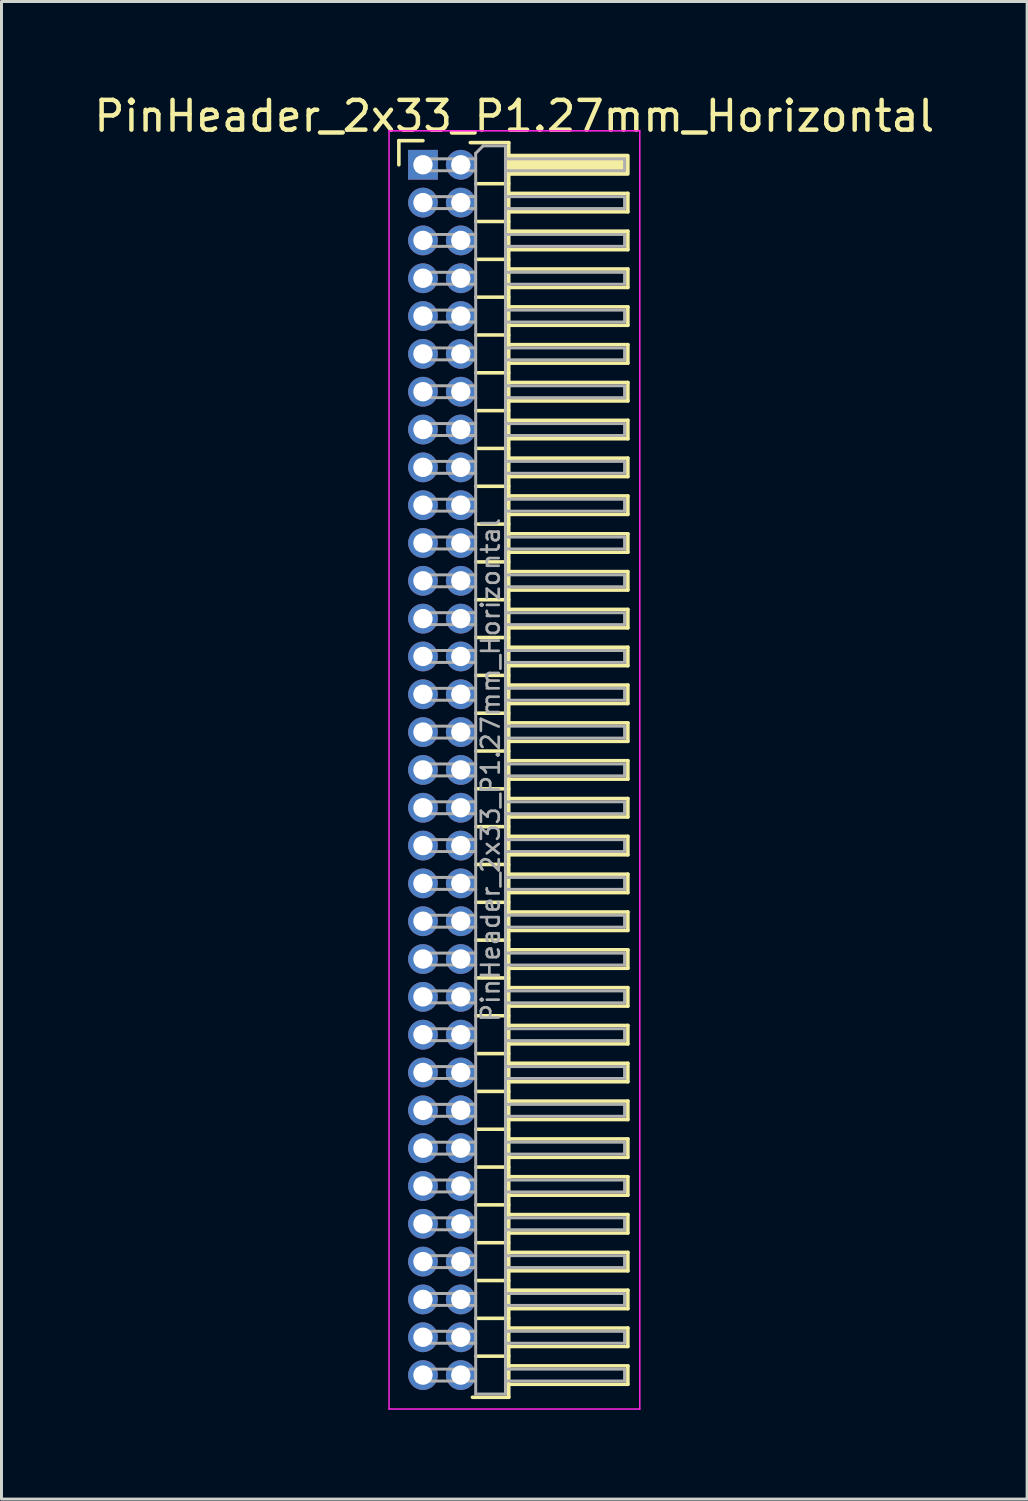
<source format=kicad_pcb>
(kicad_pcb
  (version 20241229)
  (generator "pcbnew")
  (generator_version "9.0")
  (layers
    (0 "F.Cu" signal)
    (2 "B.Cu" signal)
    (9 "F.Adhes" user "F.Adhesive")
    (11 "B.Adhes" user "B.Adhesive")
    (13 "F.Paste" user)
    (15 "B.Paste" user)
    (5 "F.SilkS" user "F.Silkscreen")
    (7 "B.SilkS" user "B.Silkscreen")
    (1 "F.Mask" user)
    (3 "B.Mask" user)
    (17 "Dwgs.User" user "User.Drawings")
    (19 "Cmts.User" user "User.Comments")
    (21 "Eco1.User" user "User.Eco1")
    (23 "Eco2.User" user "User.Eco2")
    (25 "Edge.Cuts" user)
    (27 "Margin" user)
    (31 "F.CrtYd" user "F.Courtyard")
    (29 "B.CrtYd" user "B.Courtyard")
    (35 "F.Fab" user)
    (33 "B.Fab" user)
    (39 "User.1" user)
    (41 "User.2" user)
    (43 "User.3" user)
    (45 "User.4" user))
  (footprint "PinHeader_2x33_P1.27mm_Horizontal"
    (layer "F.Cu")
    (at 11.153 2.483)
    (property "Reference" "PinHeader_2x33_P1.27mm_Horizontal" (at 3.067 -1.635 0) (layer "F.SilkS") (effects (font (size 1 1) (thickness 0.15))))
    (attr through_hole)
    (fp_line (start -0.81 -0.81) (end 0 -0.81) (stroke (width 0.12) (type solid)) (layer "F.SilkS"))
    (fp_line (start -0.81 0) (end -0.81 -0.81) (stroke (width 0.12) (type solid)) (layer "F.SilkS"))
    (fp_line (start 1.588 -0.745) (end 2.88 -0.745) (stroke (width 0.12) (type solid)) (layer "F.SilkS"))
    (fp_line (start 1.773 0.635) (end 2.88 0.635) (stroke (width 0.12) (type solid)) (layer "F.SilkS"))
    (fp_line (start 1.773 1.905) (end 2.88 1.905) (stroke (width 0.12) (type solid)) (layer "F.SilkS"))
    (fp_line (start 1.773 3.175) (end 2.88 3.175) (stroke (width 0.12) (type solid)) (layer "F.SilkS"))
    (fp_line (start 1.773 4.445) (end 2.88 4.445) (stroke (width 0.12) (type solid)) (layer "F.SilkS"))
    (fp_line (start 1.773 5.715) (end 2.88 5.715) (stroke (width 0.12) (type solid)) (layer "F.SilkS"))
    (fp_line (start 1.773 6.985) (end 2.88 6.985) (stroke (width 0.12) (type solid)) (layer "F.SilkS"))
    (fp_line (start 1.773 8.255) (end 2.88 8.255) (stroke (width 0.12) (type solid)) (layer "F.SilkS"))
    (fp_line (start 1.773 9.525) (end 2.88 9.525) (stroke (width 0.12) (type solid)) (layer "F.SilkS"))
    (fp_line (start 1.773 10.795) (end 2.88 10.795) (stroke (width 0.12) (type solid)) (layer "F.SilkS"))
    (fp_line (start 1.773 12.065) (end 2.88 12.065) (stroke (width 0.12) (type solid)) (layer "F.SilkS"))
    (fp_line (start 1.773 13.335) (end 2.88 13.335) (stroke (width 0.12) (type solid)) (layer "F.SilkS"))
    (fp_line (start 1.773 14.605) (end 2.88 14.605) (stroke (width 0.12) (type solid)) (layer "F.SilkS"))
    (fp_line (start 1.773 15.875) (end 2.88 15.875) (stroke (width 0.12) (type solid)) (layer "F.SilkS"))
    (fp_line (start 1.773 17.145) (end 2.88 17.145) (stroke (width 0.12) (type solid)) (layer "F.SilkS"))
    (fp_line (start 1.773 18.415) (end 2.88 18.415) (stroke (width 0.12) (type solid)) (layer "F.SilkS"))
    (fp_line (start 1.773 19.685) (end 2.88 19.685) (stroke (width 0.12) (type solid)) (layer "F.SilkS"))
    (fp_line (start 1.773 20.955) (end 2.88 20.955) (stroke (width 0.12) (type solid)) (layer "F.SilkS"))
    (fp_line (start 1.773 22.225) (end 2.88 22.225) (stroke (width 0.12) (type solid)) (layer "F.SilkS"))
    (fp_line (start 1.773 23.495) (end 2.88 23.495) (stroke (width 0.12) (type solid)) (layer "F.SilkS"))
    (fp_line (start 1.773 24.765) (end 2.88 24.765) (stroke (width 0.12) (type solid)) (layer "F.SilkS"))
    (fp_line (start 1.773 26.035) (end 2.88 26.035) (stroke (width 0.12) (type solid)) (layer "F.SilkS"))
    (fp_line (start 1.773 27.305) (end 2.88 27.305) (stroke (width 0.12) (type solid)) (layer "F.SilkS"))
    (fp_line (start 1.773 28.575) (end 2.88 28.575) (stroke (width 0.12) (type solid)) (layer "F.SilkS"))
    (fp_line (start 1.773 29.845) (end 2.88 29.845) (stroke (width 0.12) (type solid)) (layer "F.SilkS"))
    (fp_line (start 1.773 31.115) (end 2.88 31.115) (stroke (width 0.12) (type solid)) (layer "F.SilkS"))
    (fp_line (start 1.773 32.385) (end 2.88 32.385) (stroke (width 0.12) (type solid)) (layer "F.SilkS"))
    (fp_line (start 1.773 33.655) (end 2.88 33.655) (stroke (width 0.12) (type solid)) (layer "F.SilkS"))
    (fp_line (start 1.773 34.925) (end 2.88 34.925) (stroke (width 0.12) (type solid)) (layer "F.SilkS"))
    (fp_line (start 1.773 36.195) (end 2.88 36.195) (stroke (width 0.12) (type solid)) (layer "F.SilkS"))
    (fp_line (start 1.773 37.465) (end 2.88 37.465) (stroke (width 0.12) (type solid)) (layer "F.SilkS"))
    (fp_line (start 1.773 38.735) (end 2.88 38.735) (stroke (width 0.12) (type solid)) (layer "F.SilkS"))
    (fp_line (start 1.773 40.005) (end 2.88 40.005) (stroke (width 0.12) (type solid)) (layer "F.SilkS"))
    (fp_line (start 2.88 -0.745) (end 2.88 41.385) (stroke (width 0.12) (type solid)) (layer "F.SilkS"))
    (fp_line (start 2.88 0.96) (end 6.88 0.96) (stroke (width 0.12) (type solid)) (layer "F.SilkS"))
    (fp_line (start 2.88 2.23) (end 6.88 2.23) (stroke (width 0.12) (type solid)) (layer "F.SilkS"))
    (fp_line (start 2.88 3.5) (end 6.88 3.5) (stroke (width 0.12) (type solid)) (layer "F.SilkS"))
    (fp_line (start 2.88 4.77) (end 6.88 4.77) (stroke (width 0.12) (type solid)) (layer "F.SilkS"))
    (fp_line (start 2.88 6.04) (end 6.88 6.04) (stroke (width 0.12) (type solid)) (layer "F.SilkS"))
    (fp_line (start 2.88 7.31) (end 6.88 7.31) (stroke (width 0.12) (type solid)) (layer "F.SilkS"))
    (fp_line (start 2.88 8.58) (end 6.88 8.58) (stroke (width 0.12) (type solid)) (layer "F.SilkS"))
    (fp_line (start 2.88 9.85) (end 6.88 9.85) (stroke (width 0.12) (type solid)) (layer "F.SilkS"))
    (fp_line (start 2.88 11.12) (end 6.88 11.12) (stroke (width 0.12) (type solid)) (layer "F.SilkS"))
    (fp_line (start 2.88 12.39) (end 6.88 12.39) (stroke (width 0.12) (type solid)) (layer "F.SilkS"))
    (fp_line (start 2.88 13.66) (end 6.88 13.66) (stroke (width 0.12) (type solid)) (layer "F.SilkS"))
    (fp_line (start 2.88 14.93) (end 6.88 14.93) (stroke (width 0.12) (type solid)) (layer "F.SilkS"))
    (fp_line (start 2.88 16.2) (end 6.88 16.2) (stroke (width 0.12) (type solid)) (layer "F.SilkS"))
    (fp_line (start 2.88 17.47) (end 6.88 17.47) (stroke (width 0.12) (type solid)) (layer "F.SilkS"))
    (fp_line (start 2.88 18.74) (end 6.88 18.74) (stroke (width 0.12) (type solid)) (layer "F.SilkS"))
    (fp_line (start 2.88 20.01) (end 6.88 20.01) (stroke (width 0.12) (type solid)) (layer "F.SilkS"))
    (fp_line (start 2.88 21.28) (end 6.88 21.28) (stroke (width 0.12) (type solid)) (layer "F.SilkS"))
    (fp_line (start 2.88 22.55) (end 6.88 22.55) (stroke (width 0.12) (type solid)) (layer "F.SilkS"))
    (fp_line (start 2.88 23.82) (end 6.88 23.82) (stroke (width 0.12) (type solid)) (layer "F.SilkS"))
    (fp_line (start 2.88 25.09) (end 6.88 25.09) (stroke (width 0.12) (type solid)) (layer "F.SilkS"))
    (fp_line (start 2.88 26.36) (end 6.88 26.36) (stroke (width 0.12) (type solid)) (layer "F.SilkS"))
    (fp_line (start 2.88 27.63) (end 6.88 27.63) (stroke (width 0.12) (type solid)) (layer "F.SilkS"))
    (fp_line (start 2.88 28.9) (end 6.88 28.9) (stroke (width 0.12) (type solid)) (layer "F.SilkS"))
    (fp_line (start 2.88 30.17) (end 6.88 30.17) (stroke (width 0.12) (type solid)) (layer "F.SilkS"))
    (fp_line (start 2.88 31.44) (end 6.88 31.44) (stroke (width 0.12) (type solid)) (layer "F.SilkS"))
    (fp_line (start 2.88 32.71) (end 6.88 32.71) (stroke (width 0.12) (type solid)) (layer "F.SilkS"))
    (fp_line (start 2.88 33.98) (end 6.88 33.98) (stroke (width 0.12) (type solid)) (layer "F.SilkS"))
    (fp_line (start 2.88 35.25) (end 6.88 35.25) (stroke (width 0.12) (type solid)) (layer "F.SilkS"))
    (fp_line (start 2.88 36.52) (end 6.88 36.52) (stroke (width 0.12) (type solid)) (layer "F.SilkS"))
    (fp_line (start 2.88 37.79) (end 6.88 37.79) (stroke (width 0.12) (type solid)) (layer "F.SilkS"))
    (fp_line (start 2.88 39.06) (end 6.88 39.06) (stroke (width 0.12) (type solid)) (layer "F.SilkS"))
    (fp_line (start 2.88 40.33) (end 6.88 40.33) (stroke (width 0.12) (type solid)) (layer "F.SilkS"))
    (fp_line (start 2.88 41.385) (end 1.66 41.385) (stroke (width 0.12) (type solid)) (layer "F.SilkS"))
    (fp_line (start 6.88 0.96) (end 6.88 1.58) (stroke (width 0.12) (type solid)) (layer "F.SilkS"))
    (fp_line (start 6.88 1.58) (end 2.88 1.58) (stroke (width 0.12) (type solid)) (layer "F.SilkS"))
    (fp_line (start 6.88 2.23) (end 6.88 2.85) (stroke (width 0.12) (type solid)) (layer "F.SilkS"))
    (fp_line (start 6.88 2.85) (end 2.88 2.85) (stroke (width 0.12) (type solid)) (layer "F.SilkS"))
    (fp_line (start 6.88 3.5) (end 6.88 4.12) (stroke (width 0.12) (type solid)) (layer "F.SilkS"))
    (fp_line (start 6.88 4.12) (end 2.88 4.12) (stroke (width 0.12) (type solid)) (layer "F.SilkS"))
    (fp_line (start 6.88 4.77) (end 6.88 5.39) (stroke (width 0.12) (type solid)) (layer "F.SilkS"))
    (fp_line (start 6.88 5.39) (end 2.88 5.39) (stroke (width 0.12) (type solid)) (layer "F.SilkS"))
    (fp_line (start 6.88 6.04) (end 6.88 6.66) (stroke (width 0.12) (type solid)) (layer "F.SilkS"))
    (fp_line (start 6.88 6.66) (end 2.88 6.66) (stroke (width 0.12) (type solid)) (layer "F.SilkS"))
    (fp_line (start 6.88 7.31) (end 6.88 7.93) (stroke (width 0.12) (type solid)) (layer "F.SilkS"))
    (fp_line (start 6.88 7.93) (end 2.88 7.93) (stroke (width 0.12) (type solid)) (layer "F.SilkS"))
    (fp_line (start 6.88 8.58) (end 6.88 9.2) (stroke (width 0.12) (type solid)) (layer "F.SilkS"))
    (fp_line (start 6.88 9.2) (end 2.88 9.2) (stroke (width 0.12) (type solid)) (layer "F.SilkS"))
    (fp_line (start 6.88 9.85) (end 6.88 10.47) (stroke (width 0.12) (type solid)) (layer "F.SilkS"))
    (fp_line (start 6.88 10.47) (end 2.88 10.47) (stroke (width 0.12) (type solid)) (layer "F.SilkS"))
    (fp_line (start 6.88 11.12) (end 6.88 11.74) (stroke (width 0.12) (type solid)) (layer "F.SilkS"))
    (fp_line (start 6.88 11.74) (end 2.88 11.74) (stroke (width 0.12) (type solid)) (layer "F.SilkS"))
    (fp_line (start 6.88 12.39) (end 6.88 13.01) (stroke (width 0.12) (type solid)) (layer "F.SilkS"))
    (fp_line (start 6.88 13.01) (end 2.88 13.01) (stroke (width 0.12) (type solid)) (layer "F.SilkS"))
    (fp_line (start 6.88 13.66) (end 6.88 14.28) (stroke (width 0.12) (type solid)) (layer "F.SilkS"))
    (fp_line (start 6.88 14.28) (end 2.88 14.28) (stroke (width 0.12) (type solid)) (layer "F.SilkS"))
    (fp_line (start 6.88 14.93) (end 6.88 15.55) (stroke (width 0.12) (type solid)) (layer "F.SilkS"))
    (fp_line (start 6.88 15.55) (end 2.88 15.55) (stroke (width 0.12) (type solid)) (layer "F.SilkS"))
    (fp_line (start 6.88 16.2) (end 6.88 16.82) (stroke (width 0.12) (type solid)) (layer "F.SilkS"))
    (fp_line (start 6.88 16.82) (end 2.88 16.82) (stroke (width 0.12) (type solid)) (layer "F.SilkS"))
    (fp_line (start 6.88 17.47) (end 6.88 18.09) (stroke (width 0.12) (type solid)) (layer "F.SilkS"))
    (fp_line (start 6.88 18.09) (end 2.88 18.09) (stroke (width 0.12) (type solid)) (layer "F.SilkS"))
    (fp_line (start 6.88 18.74) (end 6.88 19.36) (stroke (width 0.12) (type solid)) (layer "F.SilkS"))
    (fp_line (start 6.88 19.36) (end 2.88 19.36) (stroke (width 0.12) (type solid)) (layer "F.SilkS"))
    (fp_line (start 6.88 20.01) (end 6.88 20.63) (stroke (width 0.12) (type solid)) (layer "F.SilkS"))
    (fp_line (start 6.88 20.63) (end 2.88 20.63) (stroke (width 0.12) (type solid)) (layer "F.SilkS"))
    (fp_line (start 6.88 21.28) (end 6.88 21.9) (stroke (width 0.12) (type solid)) (layer "F.SilkS"))
    (fp_line (start 6.88 21.9) (end 2.88 21.9) (stroke (width 0.12) (type solid)) (layer "F.SilkS"))
    (fp_line (start 6.88 22.55) (end 6.88 23.17) (stroke (width 0.12) (type solid)) (layer "F.SilkS"))
    (fp_line (start 6.88 23.17) (end 2.88 23.17) (stroke (width 0.12) (type solid)) (layer "F.SilkS"))
    (fp_line (start 6.88 23.82) (end 6.88 24.44) (stroke (width 0.12) (type solid)) (layer "F.SilkS"))
    (fp_line (start 6.88 24.44) (end 2.88 24.44) (stroke (width 0.12) (type solid)) (layer "F.SilkS"))
    (fp_line (start 6.88 25.09) (end 6.88 25.71) (stroke (width 0.12) (type solid)) (layer "F.SilkS"))
    (fp_line (start 6.88 25.71) (end 2.88 25.71) (stroke (width 0.12) (type solid)) (layer "F.SilkS"))
    (fp_line (start 6.88 26.36) (end 6.88 26.98) (stroke (width 0.12) (type solid)) (layer "F.SilkS"))
    (fp_line (start 6.88 26.98) (end 2.88 26.98) (stroke (width 0.12) (type solid)) (layer "F.SilkS"))
    (fp_line (start 6.88 27.63) (end 6.88 28.25) (stroke (width 0.12) (type solid)) (layer "F.SilkS"))
    (fp_line (start 6.88 28.25) (end 2.88 28.25) (stroke (width 0.12) (type solid)) (layer "F.SilkS"))
    (fp_line (start 6.88 28.9) (end 6.88 29.52) (stroke (width 0.12) (type solid)) (layer "F.SilkS"))
    (fp_line (start 6.88 29.52) (end 2.88 29.52) (stroke (width 0.12) (type solid)) (layer "F.SilkS"))
    (fp_line (start 6.88 30.17) (end 6.88 30.79) (stroke (width 0.12) (type solid)) (layer "F.SilkS"))
    (fp_line (start 6.88 30.79) (end 2.88 30.79) (stroke (width 0.12) (type solid)) (layer "F.SilkS"))
    (fp_line (start 6.88 31.44) (end 6.88 32.06) (stroke (width 0.12) (type solid)) (layer "F.SilkS"))
    (fp_line (start 6.88 32.06) (end 2.88 32.06) (stroke (width 0.12) (type solid)) (layer "F.SilkS"))
    (fp_line (start 6.88 32.71) (end 6.88 33.33) (stroke (width 0.12) (type solid)) (layer "F.SilkS"))
    (fp_line (start 6.88 33.33) (end 2.88 33.33) (stroke (width 0.12) (type solid)) (layer "F.SilkS"))
    (fp_line (start 6.88 33.98) (end 6.88 34.6) (stroke (width 0.12) (type solid)) (layer "F.SilkS"))
    (fp_line (start 6.88 34.6) (end 2.88 34.6) (stroke (width 0.12) (type solid)) (layer "F.SilkS"))
    (fp_line (start 6.88 35.25) (end 6.88 35.87) (stroke (width 0.12) (type solid)) (layer "F.SilkS"))
    (fp_line (start 6.88 35.87) (end 2.88 35.87) (stroke (width 0.12) (type solid)) (layer "F.SilkS"))
    (fp_line (start 6.88 36.52) (end 6.88 37.14) (stroke (width 0.12) (type solid)) (layer "F.SilkS"))
    (fp_line (start 6.88 37.14) (end 2.88 37.14) (stroke (width 0.12) (type solid)) (layer "F.SilkS"))
    (fp_line (start 6.88 37.79) (end 6.88 38.41) (stroke (width 0.12) (type solid)) (layer "F.SilkS"))
    (fp_line (start 6.88 38.41) (end 2.88 38.41) (stroke (width 0.12) (type solid)) (layer "F.SilkS"))
    (fp_line (start 6.88 39.06) (end 6.88 39.68) (stroke (width 0.12) (type solid)) (layer "F.SilkS"))
    (fp_line (start 6.88 39.68) (end 2.88 39.68) (stroke (width 0.12) (type solid)) (layer "F.SilkS"))
    (fp_line (start 6.88 40.33) (end 6.88 40.95) (stroke (width 0.12) (type solid)) (layer "F.SilkS"))
    (fp_line (start 6.88 40.95) (end 2.88 40.95) (stroke (width 0.12) (type solid)) (layer "F.SilkS"))
    (fp_rect (start 2.88 -0.31) (end 6.88 0.31) (stroke (width 0.12) (type solid)) (fill yes) (layer "F.SilkS"))
    (fp_line (start -1.14 -1.14) (end -1.14 41.78) (stroke (width 0.05) (type solid)) (layer "F.CrtYd"))
    (fp_line (start -1.14 41.78) (end 7.28 41.78) (stroke (width 0.05) (type solid)) (layer "F.CrtYd"))
    (fp_line (start 7.28 -1.14) (end -1.14 -1.14) (stroke (width 0.05) (type solid)) (layer "F.CrtYd"))
    (fp_line (start 7.28 41.78) (end 7.28 -1.14) (stroke (width 0.05) (type solid)) (layer "F.CrtYd"))
    (fp_line (start -0.2 -0.2) (end -0.2 0.2) (stroke (width 0.1) (type solid)) (layer "F.Fab"))
    (fp_line (start -0.2 -0.2) (end 1.77 -0.2) (stroke (width 0.1) (type solid)) (layer "F.Fab"))
    (fp_line (start -0.2 0.2) (end 1.77 0.2) (stroke (width 0.1) (type solid)) (layer "F.Fab"))
    (fp_line (start -0.2 1.07) (end -0.2 1.47) (stroke (width 0.1) (type solid)) (layer "F.Fab"))
    (fp_line (start -0.2 1.07) (end 1.77 1.07) (stroke (width 0.1) (type solid)) (layer "F.Fab"))
    (fp_line (start -0.2 1.47) (end 1.77 1.47) (stroke (width 0.1) (type solid)) (layer "F.Fab"))
    (fp_line (start -0.2 2.34) (end -0.2 2.74) (stroke (width 0.1) (type solid)) (layer "F.Fab"))
    (fp_line (start -0.2 2.34) (end 1.77 2.34) (stroke (width 0.1) (type solid)) (layer "F.Fab"))
    (fp_line (start -0.2 2.74) (end 1.77 2.74) (stroke (width 0.1) (type solid)) (layer "F.Fab"))
    (fp_line (start -0.2 3.61) (end -0.2 4.01) (stroke (width 0.1) (type solid)) (layer "F.Fab"))
    (fp_line (start -0.2 3.61) (end 1.77 3.61) (stroke (width 0.1) (type solid)) (layer "F.Fab"))
    (fp_line (start -0.2 4.01) (end 1.77 4.01) (stroke (width 0.1) (type solid)) (layer "F.Fab"))
    (fp_line (start -0.2 4.88) (end -0.2 5.28) (stroke (width 0.1) (type solid)) (layer "F.Fab"))
    (fp_line (start -0.2 4.88) (end 1.77 4.88) (stroke (width 0.1) (type solid)) (layer "F.Fab"))
    (fp_line (start -0.2 5.28) (end 1.77 5.28) (stroke (width 0.1) (type solid)) (layer "F.Fab"))
    (fp_line (start -0.2 6.15) (end -0.2 6.55) (stroke (width 0.1) (type solid)) (layer "F.Fab"))
    (fp_line (start -0.2 6.15) (end 1.77 6.15) (stroke (width 0.1) (type solid)) (layer "F.Fab"))
    (fp_line (start -0.2 6.55) (end 1.77 6.55) (stroke (width 0.1) (type solid)) (layer "F.Fab"))
    (fp_line (start -0.2 7.42) (end -0.2 7.82) (stroke (width 0.1) (type solid)) (layer "F.Fab"))
    (fp_line (start -0.2 7.42) (end 1.77 7.42) (stroke (width 0.1) (type solid)) (layer "F.Fab"))
    (fp_line (start -0.2 7.82) (end 1.77 7.82) (stroke (width 0.1) (type solid)) (layer "F.Fab"))
    (fp_line (start -0.2 8.69) (end -0.2 9.09) (stroke (width 0.1) (type solid)) (layer "F.Fab"))
    (fp_line (start -0.2 8.69) (end 1.77 8.69) (stroke (width 0.1) (type solid)) (layer "F.Fab"))
    (fp_line (start -0.2 9.09) (end 1.77 9.09) (stroke (width 0.1) (type solid)) (layer "F.Fab"))
    (fp_line (start -0.2 9.96) (end -0.2 10.36) (stroke (width 0.1) (type solid)) (layer "F.Fab"))
    (fp_line (start -0.2 9.96) (end 1.77 9.96) (stroke (width 0.1) (type solid)) (layer "F.Fab"))
    (fp_line (start -0.2 10.36) (end 1.77 10.36) (stroke (width 0.1) (type solid)) (layer "F.Fab"))
    (fp_line (start -0.2 11.23) (end -0.2 11.63) (stroke (width 0.1) (type solid)) (layer "F.Fab"))
    (fp_line (start -0.2 11.23) (end 1.77 11.23) (stroke (width 0.1) (type solid)) (layer "F.Fab"))
    (fp_line (start -0.2 11.63) (end 1.77 11.63) (stroke (width 0.1) (type solid)) (layer "F.Fab"))
    (fp_line (start -0.2 12.5) (end -0.2 12.9) (stroke (width 0.1) (type solid)) (layer "F.Fab"))
    (fp_line (start -0.2 12.5) (end 1.77 12.5) (stroke (width 0.1) (type solid)) (layer "F.Fab"))
    (fp_line (start -0.2 12.9) (end 1.77 12.9) (stroke (width 0.1) (type solid)) (layer "F.Fab"))
    (fp_line (start -0.2 13.77) (end -0.2 14.17) (stroke (width 0.1) (type solid)) (layer "F.Fab"))
    (fp_line (start -0.2 13.77) (end 1.77 13.77) (stroke (width 0.1) (type solid)) (layer "F.Fab"))
    (fp_line (start -0.2 14.17) (end 1.77 14.17) (stroke (width 0.1) (type solid)) (layer "F.Fab"))
    (fp_line (start -0.2 15.04) (end -0.2 15.44) (stroke (width 0.1) (type solid)) (layer "F.Fab"))
    (fp_line (start -0.2 15.04) (end 1.77 15.04) (stroke (width 0.1) (type solid)) (layer "F.Fab"))
    (fp_line (start -0.2 15.44) (end 1.77 15.44) (stroke (width 0.1) (type solid)) (layer "F.Fab"))
    (fp_line (start -0.2 16.31) (end -0.2 16.71) (stroke (width 0.1) (type solid)) (layer "F.Fab"))
    (fp_line (start -0.2 16.31) (end 1.77 16.31) (stroke (width 0.1) (type solid)) (layer "F.Fab"))
    (fp_line (start -0.2 16.71) (end 1.77 16.71) (stroke (width 0.1) (type solid)) (layer "F.Fab"))
    (fp_line (start -0.2 17.58) (end -0.2 17.98) (stroke (width 0.1) (type solid)) (layer "F.Fab"))
    (fp_line (start -0.2 17.58) (end 1.77 17.58) (stroke (width 0.1) (type solid)) (layer "F.Fab"))
    (fp_line (start -0.2 17.98) (end 1.77 17.98) (stroke (width 0.1) (type solid)) (layer "F.Fab"))
    (fp_line (start -0.2 18.85) (end -0.2 19.25) (stroke (width 0.1) (type solid)) (layer "F.Fab"))
    (fp_line (start -0.2 18.85) (end 1.77 18.85) (stroke (width 0.1) (type solid)) (layer "F.Fab"))
    (fp_line (start -0.2 19.25) (end 1.77 19.25) (stroke (width 0.1) (type solid)) (layer "F.Fab"))
    (fp_line (start -0.2 20.12) (end -0.2 20.52) (stroke (width 0.1) (type solid)) (layer "F.Fab"))
    (fp_line (start -0.2 20.12) (end 1.77 20.12) (stroke (width 0.1) (type solid)) (layer "F.Fab"))
    (fp_line (start -0.2 20.52) (end 1.77 20.52) (stroke (width 0.1) (type solid)) (layer "F.Fab"))
    (fp_line (start -0.2 21.39) (end -0.2 21.79) (stroke (width 0.1) (type solid)) (layer "F.Fab"))
    (fp_line (start -0.2 21.39) (end 1.77 21.39) (stroke (width 0.1) (type solid)) (layer "F.Fab"))
    (fp_line (start -0.2 21.79) (end 1.77 21.79) (stroke (width 0.1) (type solid)) (layer "F.Fab"))
    (fp_line (start -0.2 22.66) (end -0.2 23.06) (stroke (width 0.1) (type solid)) (layer "F.Fab"))
    (fp_line (start -0.2 22.66) (end 1.77 22.66) (stroke (width 0.1) (type solid)) (layer "F.Fab"))
    (fp_line (start -0.2 23.06) (end 1.77 23.06) (stroke (width 0.1) (type solid)) (layer "F.Fab"))
    (fp_line (start -0.2 23.93) (end -0.2 24.33) (stroke (width 0.1) (type solid)) (layer "F.Fab"))
    (fp_line (start -0.2 23.93) (end 1.77 23.93) (stroke (width 0.1) (type solid)) (layer "F.Fab"))
    (fp_line (start -0.2 24.33) (end 1.77 24.33) (stroke (width 0.1) (type solid)) (layer "F.Fab"))
    (fp_line (start -0.2 25.2) (end -0.2 25.6) (stroke (width 0.1) (type solid)) (layer "F.Fab"))
    (fp_line (start -0.2 25.2) (end 1.77 25.2) (stroke (width 0.1) (type solid)) (layer "F.Fab"))
    (fp_line (start -0.2 25.6) (end 1.77 25.6) (stroke (width 0.1) (type solid)) (layer "F.Fab"))
    (fp_line (start -0.2 26.47) (end -0.2 26.87) (stroke (width 0.1) (type solid)) (layer "F.Fab"))
    (fp_line (start -0.2 26.47) (end 1.77 26.47) (stroke (width 0.1) (type solid)) (layer "F.Fab"))
    (fp_line (start -0.2 26.87) (end 1.77 26.87) (stroke (width 0.1) (type solid)) (layer "F.Fab"))
    (fp_line (start -0.2 27.74) (end -0.2 28.14) (stroke (width 0.1) (type solid)) (layer "F.Fab"))
    (fp_line (start -0.2 27.74) (end 1.77 27.74) (stroke (width 0.1) (type solid)) (layer "F.Fab"))
    (fp_line (start -0.2 28.14) (end 1.77 28.14) (stroke (width 0.1) (type solid)) (layer "F.Fab"))
    (fp_line (start -0.2 29.01) (end -0.2 29.41) (stroke (width 0.1) (type solid)) (layer "F.Fab"))
    (fp_line (start -0.2 29.01) (end 1.77 29.01) (stroke (width 0.1) (type solid)) (layer "F.Fab"))
    (fp_line (start -0.2 29.41) (end 1.77 29.41) (stroke (width 0.1) (type solid)) (layer "F.Fab"))
    (fp_line (start -0.2 30.28) (end -0.2 30.68) (stroke (width 0.1) (type solid)) (layer "F.Fab"))
    (fp_line (start -0.2 30.28) (end 1.77 30.28) (stroke (width 0.1) (type solid)) (layer "F.Fab"))
    (fp_line (start -0.2 30.68) (end 1.77 30.68) (stroke (width 0.1) (type solid)) (layer "F.Fab"))
    (fp_line (start -0.2 31.55) (end -0.2 31.95) (stroke (width 0.1) (type solid)) (layer "F.Fab"))
    (fp_line (start -0.2 31.55) (end 1.77 31.55) (stroke (width 0.1) (type solid)) (layer "F.Fab"))
    (fp_line (start -0.2 31.95) (end 1.77 31.95) (stroke (width 0.1) (type solid)) (layer "F.Fab"))
    (fp_line (start -0.2 32.82) (end -0.2 33.22) (stroke (width 0.1) (type solid)) (layer "F.Fab"))
    (fp_line (start -0.2 32.82) (end 1.77 32.82) (stroke (width 0.1) (type solid)) (layer "F.Fab"))
    (fp_line (start -0.2 33.22) (end 1.77 33.22) (stroke (width 0.1) (type solid)) (layer "F.Fab"))
    (fp_line (start -0.2 34.09) (end -0.2 34.49) (stroke (width 0.1) (type solid)) (layer "F.Fab"))
    (fp_line (start -0.2 34.09) (end 1.77 34.09) (stroke (width 0.1) (type solid)) (layer "F.Fab"))
    (fp_line (start -0.2 34.49) (end 1.77 34.49) (stroke (width 0.1) (type solid)) (layer "F.Fab"))
    (fp_line (start -0.2 35.36) (end -0.2 35.76) (stroke (width 0.1) (type solid)) (layer "F.Fab"))
    (fp_line (start -0.2 35.36) (end 1.77 35.36) (stroke (width 0.1) (type solid)) (layer "F.Fab"))
    (fp_line (start -0.2 35.76) (end 1.77 35.76) (stroke (width 0.1) (type solid)) (layer "F.Fab"))
    (fp_line (start -0.2 36.63) (end -0.2 37.03) (stroke (width 0.1) (type solid)) (layer "F.Fab"))
    (fp_line (start -0.2 36.63) (end 1.77 36.63) (stroke (width 0.1) (type solid)) (layer "F.Fab"))
    (fp_line (start -0.2 37.03) (end 1.77 37.03) (stroke (width 0.1) (type solid)) (layer "F.Fab"))
    (fp_line (start -0.2 37.9) (end -0.2 38.3) (stroke (width 0.1) (type solid)) (layer "F.Fab"))
    (fp_line (start -0.2 37.9) (end 1.77 37.9) (stroke (width 0.1) (type solid)) (layer "F.Fab"))
    (fp_line (start -0.2 38.3) (end 1.77 38.3) (stroke (width 0.1) (type solid)) (layer "F.Fab"))
    (fp_line (start -0.2 39.17) (end -0.2 39.57) (stroke (width 0.1) (type solid)) (layer "F.Fab"))
    (fp_line (start -0.2 39.17) (end 1.77 39.17) (stroke (width 0.1) (type solid)) (layer "F.Fab"))
    (fp_line (start -0.2 39.57) (end 1.77 39.57) (stroke (width 0.1) (type solid)) (layer "F.Fab"))
    (fp_line (start -0.2 40.44) (end -0.2 40.84) (stroke (width 0.1) (type solid)) (layer "F.Fab"))
    (fp_line (start -0.2 40.44) (end 1.77 40.44) (stroke (width 0.1) (type solid)) (layer "F.Fab"))
    (fp_line (start -0.2 40.84) (end 1.77 40.84) (stroke (width 0.1) (type solid)) (layer "F.Fab"))
    (fp_line (start 1.77 -0.385) (end 2.02 -0.635) (stroke (width 0.1) (type solid)) (layer "F.Fab"))
    (fp_line (start 1.77 41.275) (end 1.77 -0.385) (stroke (width 0.1) (type solid)) (layer "F.Fab"))
    (fp_line (start 2.02 -0.635) (end 2.77 -0.635) (stroke (width 0.1) (type solid)) (layer "F.Fab"))
    (fp_line (start 2.77 -0.635) (end 2.77 41.275) (stroke (width 0.1) (type solid)) (layer "F.Fab"))
    (fp_line (start 2.77 -0.2) (end 6.77 -0.2) (stroke (width 0.1) (type solid)) (layer "F.Fab"))
    (fp_line (start 2.77 0.2) (end 6.77 0.2) (stroke (width 0.1) (type solid)) (layer "F.Fab"))
    (fp_line (start 2.77 1.07) (end 6.77 1.07) (stroke (width 0.1) (type solid)) (layer "F.Fab"))
    (fp_line (start 2.77 1.47) (end 6.77 1.47) (stroke (width 0.1) (type solid)) (layer "F.Fab"))
    (fp_line (start 2.77 2.34) (end 6.77 2.34) (stroke (width 0.1) (type solid)) (layer "F.Fab"))
    (fp_line (start 2.77 2.74) (end 6.77 2.74) (stroke (width 0.1) (type solid)) (layer "F.Fab"))
    (fp_line (start 2.77 3.61) (end 6.77 3.61) (stroke (width 0.1) (type solid)) (layer "F.Fab"))
    (fp_line (start 2.77 4.01) (end 6.77 4.01) (stroke (width 0.1) (type solid)) (layer "F.Fab"))
    (fp_line (start 2.77 4.88) (end 6.77 4.88) (stroke (width 0.1) (type solid)) (layer "F.Fab"))
    (fp_line (start 2.77 5.28) (end 6.77 5.28) (stroke (width 0.1) (type solid)) (layer "F.Fab"))
    (fp_line (start 2.77 6.15) (end 6.77 6.15) (stroke (width 0.1) (type solid)) (layer "F.Fab"))
    (fp_line (start 2.77 6.55) (end 6.77 6.55) (stroke (width 0.1) (type solid)) (layer "F.Fab"))
    (fp_line (start 2.77 7.42) (end 6.77 7.42) (stroke (width 0.1) (type solid)) (layer "F.Fab"))
    (fp_line (start 2.77 7.82) (end 6.77 7.82) (stroke (width 0.1) (type solid)) (layer "F.Fab"))
    (fp_line (start 2.77 8.69) (end 6.77 8.69) (stroke (width 0.1) (type solid)) (layer "F.Fab"))
    (fp_line (start 2.77 9.09) (end 6.77 9.09) (stroke (width 0.1) (type solid)) (layer "F.Fab"))
    (fp_line (start 2.77 9.96) (end 6.77 9.96) (stroke (width 0.1) (type solid)) (layer "F.Fab"))
    (fp_line (start 2.77 10.36) (end 6.77 10.36) (stroke (width 0.1) (type solid)) (layer "F.Fab"))
    (fp_line (start 2.77 11.23) (end 6.77 11.23) (stroke (width 0.1) (type solid)) (layer "F.Fab"))
    (fp_line (start 2.77 11.63) (end 6.77 11.63) (stroke (width 0.1) (type solid)) (layer "F.Fab"))
    (fp_line (start 2.77 12.5) (end 6.77 12.5) (stroke (width 0.1) (type solid)) (layer "F.Fab"))
    (fp_line (start 2.77 12.9) (end 6.77 12.9) (stroke (width 0.1) (type solid)) (layer "F.Fab"))
    (fp_line (start 2.77 13.77) (end 6.77 13.77) (stroke (width 0.1) (type solid)) (layer "F.Fab"))
    (fp_line (start 2.77 14.17) (end 6.77 14.17) (stroke (width 0.1) (type solid)) (layer "F.Fab"))
    (fp_line (start 2.77 15.04) (end 6.77 15.04) (stroke (width 0.1) (type solid)) (layer "F.Fab"))
    (fp_line (start 2.77 15.44) (end 6.77 15.44) (stroke (width 0.1) (type solid)) (layer "F.Fab"))
    (fp_line (start 2.77 16.31) (end 6.77 16.31) (stroke (width 0.1) (type solid)) (layer "F.Fab"))
    (fp_line (start 2.77 16.71) (end 6.77 16.71) (stroke (width 0.1) (type solid)) (layer "F.Fab"))
    (fp_line (start 2.77 17.58) (end 6.77 17.58) (stroke (width 0.1) (type solid)) (layer "F.Fab"))
    (fp_line (start 2.77 17.98) (end 6.77 17.98) (stroke (width 0.1) (type solid)) (layer "F.Fab"))
    (fp_line (start 2.77 18.85) (end 6.77 18.85) (stroke (width 0.1) (type solid)) (layer "F.Fab"))
    (fp_line (start 2.77 19.25) (end 6.77 19.25) (stroke (width 0.1) (type solid)) (layer "F.Fab"))
    (fp_line (start 2.77 20.12) (end 6.77 20.12) (stroke (width 0.1) (type solid)) (layer "F.Fab"))
    (fp_line (start 2.77 20.52) (end 6.77 20.52) (stroke (width 0.1) (type solid)) (layer "F.Fab"))
    (fp_line (start 2.77 21.39) (end 6.77 21.39) (stroke (width 0.1) (type solid)) (layer "F.Fab"))
    (fp_line (start 2.77 21.79) (end 6.77 21.79) (stroke (width 0.1) (type solid)) (layer "F.Fab"))
    (fp_line (start 2.77 22.66) (end 6.77 22.66) (stroke (width 0.1) (type solid)) (layer "F.Fab"))
    (fp_line (start 2.77 23.06) (end 6.77 23.06) (stroke (width 0.1) (type solid)) (layer "F.Fab"))
    (fp_line (start 2.77 23.93) (end 6.77 23.93) (stroke (width 0.1) (type solid)) (layer "F.Fab"))
    (fp_line (start 2.77 24.33) (end 6.77 24.33) (stroke (width 0.1) (type solid)) (layer "F.Fab"))
    (fp_line (start 2.77 25.2) (end 6.77 25.2) (stroke (width 0.1) (type solid)) (layer "F.Fab"))
    (fp_line (start 2.77 25.6) (end 6.77 25.6) (stroke (width 0.1) (type solid)) (layer "F.Fab"))
    (fp_line (start 2.77 26.47) (end 6.77 26.47) (stroke (width 0.1) (type solid)) (layer "F.Fab"))
    (fp_line (start 2.77 26.87) (end 6.77 26.87) (stroke (width 0.1) (type solid)) (layer "F.Fab"))
    (fp_line (start 2.77 27.74) (end 6.77 27.74) (stroke (width 0.1) (type solid)) (layer "F.Fab"))
    (fp_line (start 2.77 28.14) (end 6.77 28.14) (stroke (width 0.1) (type solid)) (layer "F.Fab"))
    (fp_line (start 2.77 29.01) (end 6.77 29.01) (stroke (width 0.1) (type solid)) (layer "F.Fab"))
    (fp_line (start 2.77 29.41) (end 6.77 29.41) (stroke (width 0.1) (type solid)) (layer "F.Fab"))
    (fp_line (start 2.77 30.28) (end 6.77 30.28) (stroke (width 0.1) (type solid)) (layer "F.Fab"))
    (fp_line (start 2.77 30.68) (end 6.77 30.68) (stroke (width 0.1) (type solid)) (layer "F.Fab"))
    (fp_line (start 2.77 31.55) (end 6.77 31.55) (stroke (width 0.1) (type solid)) (layer "F.Fab"))
    (fp_line (start 2.77 31.95) (end 6.77 31.95) (stroke (width 0.1) (type solid)) (layer "F.Fab"))
    (fp_line (start 2.77 32.82) (end 6.77 32.82) (stroke (width 0.1) (type solid)) (layer "F.Fab"))
    (fp_line (start 2.77 33.22) (end 6.77 33.22) (stroke (width 0.1) (type solid)) (layer "F.Fab"))
    (fp_line (start 2.77 34.09) (end 6.77 34.09) (stroke (width 0.1) (type solid)) (layer "F.Fab"))
    (fp_line (start 2.77 34.49) (end 6.77 34.49) (stroke (width 0.1) (type solid)) (layer "F.Fab"))
    (fp_line (start 2.77 35.36) (end 6.77 35.36) (stroke (width 0.1) (type solid)) (layer "F.Fab"))
    (fp_line (start 2.77 35.76) (end 6.77 35.76) (stroke (width 0.1) (type solid)) (layer "F.Fab"))
    (fp_line (start 2.77 36.63) (end 6.77 36.63) (stroke (width 0.1) (type solid)) (layer "F.Fab"))
    (fp_line (start 2.77 37.03) (end 6.77 37.03) (stroke (width 0.1) (type solid)) (layer "F.Fab"))
    (fp_line (start 2.77 37.9) (end 6.77 37.9) (stroke (width 0.1) (type solid)) (layer "F.Fab"))
    (fp_line (start 2.77 38.3) (end 6.77 38.3) (stroke (width 0.1) (type solid)) (layer "F.Fab"))
    (fp_line (start 2.77 39.17) (end 6.77 39.17) (stroke (width 0.1) (type solid)) (layer "F.Fab"))
    (fp_line (start 2.77 39.57) (end 6.77 39.57) (stroke (width 0.1) (type solid)) (layer "F.Fab"))
    (fp_line (start 2.77 40.44) (end 6.77 40.44) (stroke (width 0.1) (type solid)) (layer "F.Fab"))
    (fp_line (start 2.77 40.84) (end 6.77 40.84) (stroke (width 0.1) (type solid)) (layer "F.Fab"))
    (fp_line (start 2.77 41.275) (end 1.77 41.275) (stroke (width 0.1) (type solid)) (layer "F.Fab"))
    (fp_line (start 6.77 -0.2) (end 6.77 0.2) (stroke (width 0.1) (type solid)) (layer "F.Fab"))
    (fp_line (start 6.77 1.07) (end 6.77 1.47) (stroke (width 0.1) (type solid)) (layer "F.Fab"))
    (fp_line (start 6.77 2.34) (end 6.77 2.74) (stroke (width 0.1) (type solid)) (layer "F.Fab"))
    (fp_line (start 6.77 3.61) (end 6.77 4.01) (stroke (width 0.1) (type solid)) (layer "F.Fab"))
    (fp_line (start 6.77 4.88) (end 6.77 5.28) (stroke (width 0.1) (type solid)) (layer "F.Fab"))
    (fp_line (start 6.77 6.15) (end 6.77 6.55) (stroke (width 0.1) (type solid)) (layer "F.Fab"))
    (fp_line (start 6.77 7.42) (end 6.77 7.82) (stroke (width 0.1) (type solid)) (layer "F.Fab"))
    (fp_line (start 6.77 8.69) (end 6.77 9.09) (stroke (width 0.1) (type solid)) (layer "F.Fab"))
    (fp_line (start 6.77 9.96) (end 6.77 10.36) (stroke (width 0.1) (type solid)) (layer "F.Fab"))
    (fp_line (start 6.77 11.23) (end 6.77 11.63) (stroke (width 0.1) (type solid)) (layer "F.Fab"))
    (fp_line (start 6.77 12.5) (end 6.77 12.9) (stroke (width 0.1) (type solid)) (layer "F.Fab"))
    (fp_line (start 6.77 13.77) (end 6.77 14.17) (stroke (width 0.1) (type solid)) (layer "F.Fab"))
    (fp_line (start 6.77 15.04) (end 6.77 15.44) (stroke (width 0.1) (type solid)) (layer "F.Fab"))
    (fp_line (start 6.77 16.31) (end 6.77 16.71) (stroke (width 0.1) (type solid)) (layer "F.Fab"))
    (fp_line (start 6.77 17.58) (end 6.77 17.98) (stroke (width 0.1) (type solid)) (layer "F.Fab"))
    (fp_line (start 6.77 18.85) (end 6.77 19.25) (stroke (width 0.1) (type solid)) (layer "F.Fab"))
    (fp_line (start 6.77 20.12) (end 6.77 20.52) (stroke (width 0.1) (type solid)) (layer "F.Fab"))
    (fp_line (start 6.77 21.39) (end 6.77 21.79) (stroke (width 0.1) (type solid)) (layer "F.Fab"))
    (fp_line (start 6.77 22.66) (end 6.77 23.06) (stroke (width 0.1) (type solid)) (layer "F.Fab"))
    (fp_line (start 6.77 23.93) (end 6.77 24.33) (stroke (width 0.1) (type solid)) (layer "F.Fab"))
    (fp_line (start 6.77 25.2) (end 6.77 25.6) (stroke (width 0.1) (type solid)) (layer "F.Fab"))
    (fp_line (start 6.77 26.47) (end 6.77 26.87) (stroke (width 0.1) (type solid)) (layer "F.Fab"))
    (fp_line (start 6.77 27.74) (end 6.77 28.14) (stroke (width 0.1) (type solid)) (layer "F.Fab"))
    (fp_line (start 6.77 29.01) (end 6.77 29.41) (stroke (width 0.1) (type solid)) (layer "F.Fab"))
    (fp_line (start 6.77 30.28) (end 6.77 30.68) (stroke (width 0.1) (type solid)) (layer "F.Fab"))
    (fp_line (start 6.77 31.55) (end 6.77 31.95) (stroke (width 0.1) (type solid)) (layer "F.Fab"))
    (fp_line (start 6.77 32.82) (end 6.77 33.22) (stroke (width 0.1) (type solid)) (layer "F.Fab"))
    (fp_line (start 6.77 34.09) (end 6.77 34.49) (stroke (width 0.1) (type solid)) (layer "F.Fab"))
    (fp_line (start 6.77 35.36) (end 6.77 35.76) (stroke (width 0.1) (type solid)) (layer "F.Fab"))
    (fp_line (start 6.77 36.63) (end 6.77 37.03) (stroke (width 0.1) (type solid)) (layer "F.Fab"))
    (fp_line (start 6.77 37.9) (end 6.77 38.3) (stroke (width 0.1) (type solid)) (layer "F.Fab"))
    (fp_line (start 6.77 39.17) (end 6.77 39.57) (stroke (width 0.1) (type solid)) (layer "F.Fab"))
    (fp_line (start 6.77 40.44) (end 6.77 40.84) (stroke (width 0.1) (type solid)) (layer "F.Fab"))
    (fp_text user "${REFERENCE}" (at 2.27 20.32 90) (layer "F.Fab") (effects (font (size 0.6 0.6) (thickness 0.09))))
    (pad "1" thru_hole rect (at 0 0) (size 1 1) (drill 0.65) (layers "*.Cu" "*.Mask"))
    (pad "2" thru_hole circle (at 1.27 0) (size 1 1) (drill 0.65) (layers "*.Cu" "*.Mask"))
    (pad "3" thru_hole circle (at 0 1.27) (size 1 1) (drill 0.65) (layers "*.Cu" "*.Mask"))
    (pad "4" thru_hole circle (at 1.27 1.27) (size 1 1) (drill 0.65) (layers "*.Cu" "*.Mask"))
    (pad "5" thru_hole circle (at 0 2.54) (size 1 1) (drill 0.65) (layers "*.Cu" "*.Mask"))
    (pad "6" thru_hole circle (at 1.27 2.54) (size 1 1) (drill 0.65) (layers "*.Cu" "*.Mask"))
    (pad "7" thru_hole circle (at 0 3.81) (size 1 1) (drill 0.65) (layers "*.Cu" "*.Mask"))
    (pad "8" thru_hole circle (at 1.27 3.81) (size 1 1) (drill 0.65) (layers "*.Cu" "*.Mask"))
    (pad "9" thru_hole circle (at 0 5.08) (size 1 1) (drill 0.65) (layers "*.Cu" "*.Mask"))
    (pad "10" thru_hole circle (at 1.27 5.08) (size 1 1) (drill 0.65) (layers "*.Cu" "*.Mask"))
    (pad "11" thru_hole circle (at 0 6.35) (size 1 1) (drill 0.65) (layers "*.Cu" "*.Mask"))
    (pad "12" thru_hole circle (at 1.27 6.35) (size 1 1) (drill 0.65) (layers "*.Cu" "*.Mask"))
    (pad "13" thru_hole circle (at 0 7.62) (size 1 1) (drill 0.65) (layers "*.Cu" "*.Mask"))
    (pad "14" thru_hole circle (at 1.27 7.62) (size 1 1) (drill 0.65) (layers "*.Cu" "*.Mask"))
    (pad "15" thru_hole circle (at 0 8.89) (size 1 1) (drill 0.65) (layers "*.Cu" "*.Mask"))
    (pad "16" thru_hole circle (at 1.27 8.89) (size 1 1) (drill 0.65) (layers "*.Cu" "*.Mask"))
    (pad "17" thru_hole circle (at 0 10.16) (size 1 1) (drill 0.65) (layers "*.Cu" "*.Mask"))
    (pad "18" thru_hole circle (at 1.27 10.16) (size 1 1) (drill 0.65) (layers "*.Cu" "*.Mask"))
    (pad "19" thru_hole circle (at 0 11.43) (size 1 1) (drill 0.65) (layers "*.Cu" "*.Mask"))
    (pad "20" thru_hole circle (at 1.27 11.43) (size 1 1) (drill 0.65) (layers "*.Cu" "*.Mask"))
    (pad "21" thru_hole circle (at 0 12.7) (size 1 1) (drill 0.65) (layers "*.Cu" "*.Mask"))
    (pad "22" thru_hole circle (at 1.27 12.7) (size 1 1) (drill 0.65) (layers "*.Cu" "*.Mask"))
    (pad "23" thru_hole circle (at 0 13.97) (size 1 1) (drill 0.65) (layers "*.Cu" "*.Mask"))
    (pad "24" thru_hole circle (at 1.27 13.97) (size 1 1) (drill 0.65) (layers "*.Cu" "*.Mask"))
    (pad "25" thru_hole circle (at 0 15.24) (size 1 1) (drill 0.65) (layers "*.Cu" "*.Mask"))
    (pad "26" thru_hole circle (at 1.27 15.24) (size 1 1) (drill 0.65) (layers "*.Cu" "*.Mask"))
    (pad "27" thru_hole circle (at 0 16.51) (size 1 1) (drill 0.65) (layers "*.Cu" "*.Mask"))
    (pad "28" thru_hole circle (at 1.27 16.51) (size 1 1) (drill 0.65) (layers "*.Cu" "*.Mask"))
    (pad "29" thru_hole circle (at 0 17.78) (size 1 1) (drill 0.65) (layers "*.Cu" "*.Mask"))
    (pad "30" thru_hole circle (at 1.27 17.78) (size 1 1) (drill 0.65) (layers "*.Cu" "*.Mask"))
    (pad "31" thru_hole circle (at 0 19.05) (size 1 1) (drill 0.65) (layers "*.Cu" "*.Mask"))
    (pad "32" thru_hole circle (at 1.27 19.05) (size 1 1) (drill 0.65) (layers "*.Cu" "*.Mask"))
    (pad "33" thru_hole circle (at 0 20.32) (size 1 1) (drill 0.65) (layers "*.Cu" "*.Mask"))
    (pad "34" thru_hole circle (at 1.27 20.32) (size 1 1) (drill 0.65) (layers "*.Cu" "*.Mask"))
    (pad "35" thru_hole circle (at 0 21.59) (size 1 1) (drill 0.65) (layers "*.Cu" "*.Mask"))
    (pad "36" thru_hole circle (at 1.27 21.59) (size 1 1) (drill 0.65) (layers "*.Cu" "*.Mask"))
    (pad "37" thru_hole circle (at 0 22.86) (size 1 1) (drill 0.65) (layers "*.Cu" "*.Mask"))
    (pad "38" thru_hole circle (at 1.27 22.86) (size 1 1) (drill 0.65) (layers "*.Cu" "*.Mask"))
    (pad "39" thru_hole circle (at 0 24.13) (size 1 1) (drill 0.65) (layers "*.Cu" "*.Mask"))
    (pad "40" thru_hole circle (at 1.27 24.13) (size 1 1) (drill 0.65) (layers "*.Cu" "*.Mask"))
    (pad "41" thru_hole circle (at 0 25.4) (size 1 1) (drill 0.65) (layers "*.Cu" "*.Mask"))
    (pad "42" thru_hole circle (at 1.27 25.4) (size 1 1) (drill 0.65) (layers "*.Cu" "*.Mask"))
    (pad "43" thru_hole circle (at 0 26.67) (size 1 1) (drill 0.65) (layers "*.Cu" "*.Mask"))
    (pad "44" thru_hole circle (at 1.27 26.67) (size 1 1) (drill 0.65) (layers "*.Cu" "*.Mask"))
    (pad "45" thru_hole circle (at 0 27.94) (size 1 1) (drill 0.65) (layers "*.Cu" "*.Mask"))
    (pad "46" thru_hole circle (at 1.27 27.94) (size 1 1) (drill 0.65) (layers "*.Cu" "*.Mask"))
    (pad "47" thru_hole circle (at 0 29.21) (size 1 1) (drill 0.65) (layers "*.Cu" "*.Mask"))
    (pad "48" thru_hole circle (at 1.27 29.21) (size 1 1) (drill 0.65) (layers "*.Cu" "*.Mask"))
    (pad "49" thru_hole circle (at 0 30.48) (size 1 1) (drill 0.65) (layers "*.Cu" "*.Mask"))
    (pad "50" thru_hole circle (at 1.27 30.48) (size 1 1) (drill 0.65) (layers "*.Cu" "*.Mask"))
    (pad "51" thru_hole circle (at 0 31.75) (size 1 1) (drill 0.65) (layers "*.Cu" "*.Mask"))
    (pad "52" thru_hole circle (at 1.27 31.75) (size 1 1) (drill 0.65) (layers "*.Cu" "*.Mask"))
    (pad "53" thru_hole circle (at 0 33.02) (size 1 1) (drill 0.65) (layers "*.Cu" "*.Mask"))
    (pad "54" thru_hole circle (at 1.27 33.02) (size 1 1) (drill 0.65) (layers "*.Cu" "*.Mask"))
    (pad "55" thru_hole circle (at 0 34.29) (size 1 1) (drill 0.65) (layers "*.Cu" "*.Mask"))
    (pad "56" thru_hole circle (at 1.27 34.29) (size 1 1) (drill 0.65) (layers "*.Cu" "*.Mask"))
    (pad "57" thru_hole circle (at 0 35.56) (size 1 1) (drill 0.65) (layers "*.Cu" "*.Mask"))
    (pad "58" thru_hole circle (at 1.27 35.56) (size 1 1) (drill 0.65) (layers "*.Cu" "*.Mask"))
    (pad "59" thru_hole circle (at 0 36.83) (size 1 1) (drill 0.65) (layers "*.Cu" "*.Mask"))
    (pad "60" thru_hole circle (at 1.27 36.83) (size 1 1) (drill 0.65) (layers "*.Cu" "*.Mask"))
    (pad "61" thru_hole circle (at 0 38.1) (size 1 1) (drill 0.65) (layers "*.Cu" "*.Mask"))
    (pad "62" thru_hole circle (at 1.27 38.1) (size 1 1) (drill 0.65) (layers "*.Cu" "*.Mask"))
    (pad "63" thru_hole circle (at 0 39.37) (size 1 1) (drill 0.65) (layers "*.Cu" "*.Mask"))
    (pad "64" thru_hole circle (at 1.27 39.37) (size 1 1) (drill 0.65) (layers "*.Cu" "*.Mask"))
    (pad "65" thru_hole circle (at 0 40.64) (size 1 1) (drill 0.65) (layers "*.Cu" "*.Mask"))
    (pad "66" thru_hole circle (at 1.27 40.64) (size 1 1) (drill 0.65) (layers "*.Cu" "*.Mask")))
  (gr_rect
    (start -3 -3)
    (end 31.44 47.288)
    (stroke (width 0.1) (type default))
    (fill no)
    (layer "Edge.Cuts")))
</source>
